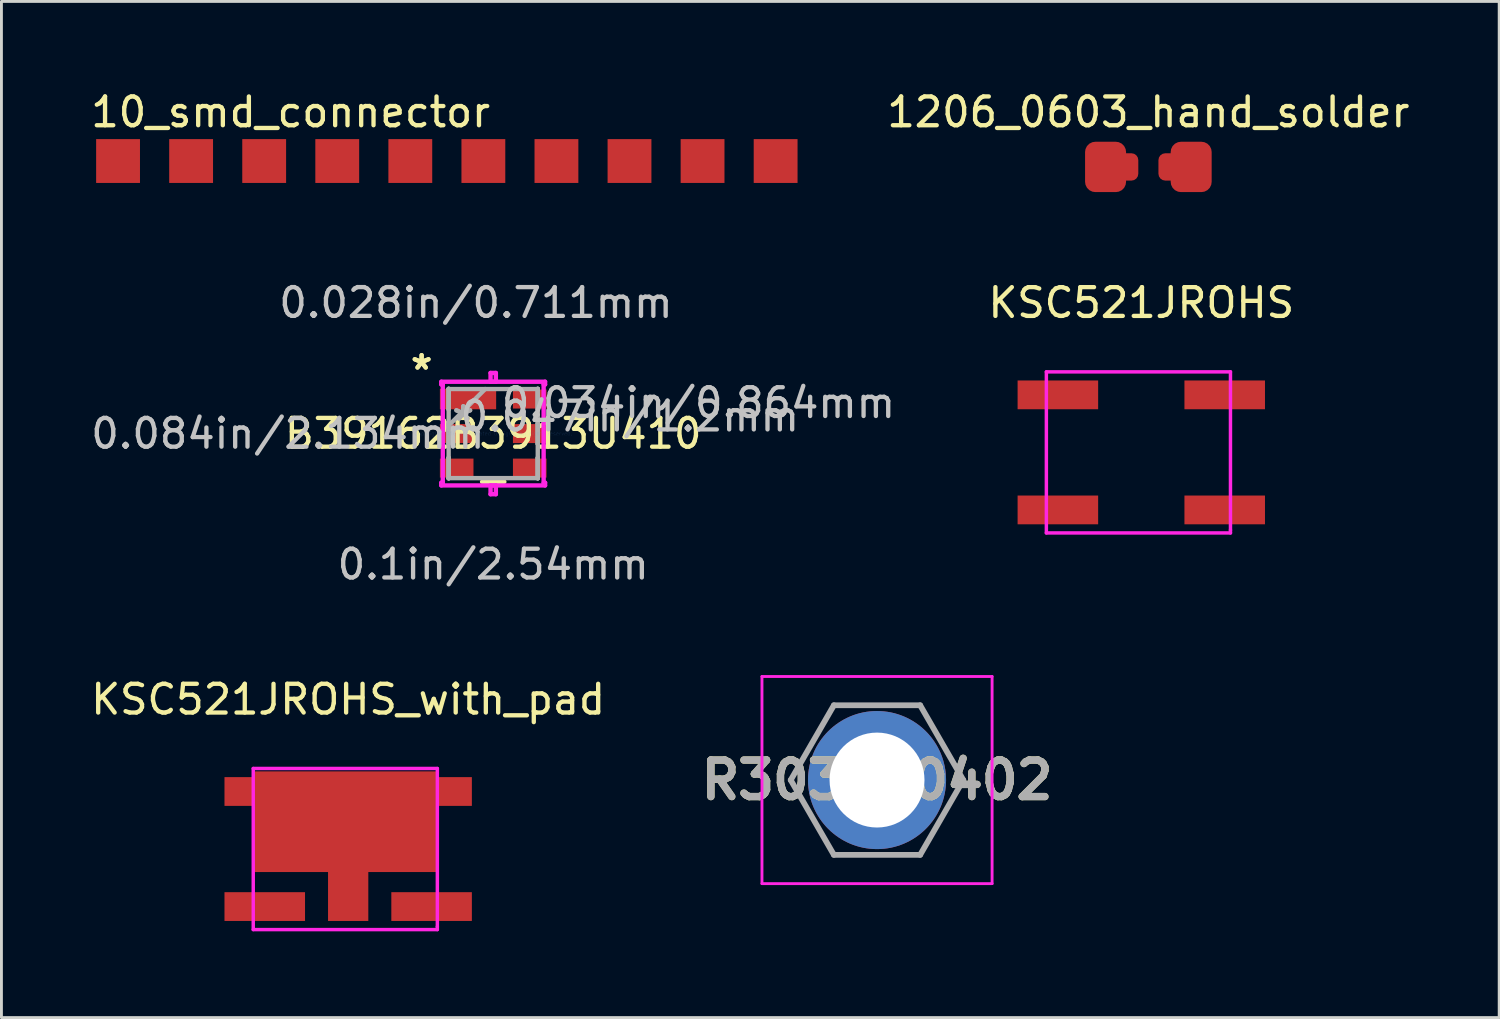
<source format=kicad_pcb>
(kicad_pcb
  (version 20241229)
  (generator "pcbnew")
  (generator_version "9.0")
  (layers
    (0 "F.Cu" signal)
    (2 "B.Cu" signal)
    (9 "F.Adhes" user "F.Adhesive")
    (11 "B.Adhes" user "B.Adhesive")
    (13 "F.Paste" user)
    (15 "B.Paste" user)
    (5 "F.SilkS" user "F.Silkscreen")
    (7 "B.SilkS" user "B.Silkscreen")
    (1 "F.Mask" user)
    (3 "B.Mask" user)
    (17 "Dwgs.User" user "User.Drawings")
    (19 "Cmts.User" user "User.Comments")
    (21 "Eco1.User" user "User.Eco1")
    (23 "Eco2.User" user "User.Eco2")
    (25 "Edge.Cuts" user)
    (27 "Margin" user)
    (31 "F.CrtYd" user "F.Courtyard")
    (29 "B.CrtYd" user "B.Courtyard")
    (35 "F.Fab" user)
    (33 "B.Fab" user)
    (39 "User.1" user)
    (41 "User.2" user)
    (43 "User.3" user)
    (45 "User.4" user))
  (footprint "B39162B3913U410"
    (layer "F.Cu")
    (at 14.096 12.023)
    (property "Reference" "B39162B3913U410" (at 0 0 0) (layer "F.SilkS") (effects (font (size 1 1) (thickness 0.15))))
    (attr through_hole)
    (fp_line (start -0.387 1.676) (end 0.387 1.676) (stroke (width 0.152) (type solid)) (layer "F.SilkS"))
    (fp_line (start -1.803 -1.803) (end 0.092 -1.803) (stroke (width 0.152) (type solid)) (layer "F.CrtYd"))
    (fp_line (start -1.803 -1.708) (end -1.803 -1.803) (stroke (width 0.152) (type solid)) (layer "F.CrtYd"))
    (fp_line (start -1.803 1.708) (end -1.753 1.708) (stroke (width 0.152) (type solid)) (layer "F.CrtYd"))
    (fp_line (start -1.803 1.803) (end -1.803 1.708) (stroke (width 0.152) (type solid)) (layer "F.CrtYd"))
    (fp_line (start -1.753 -1.708) (end -1.803 -1.708) (stroke (width 0.152) (type solid)) (layer "F.CrtYd"))
    (fp_line (start -1.753 1.708) (end -1.753 -1.708) (stroke (width 0.152) (type solid)) (layer "F.CrtYd"))
    (fp_line (start -0.092 -2.108) (end -0.092 -1.803) (stroke (width 0.152) (type solid)) (layer "F.CrtYd"))
    (fp_line (start -0.092 -1.803) (end 1.803 -1.803) (stroke (width 0.152) (type solid)) (layer "F.CrtYd"))
    (fp_line (start -0.092 1.803) (end -0.092 2.108) (stroke (width 0.152) (type solid)) (layer "F.CrtYd"))
    (fp_line (start -0.092 2.108) (end 0.092 2.108) (stroke (width 0.152) (type solid)) (layer "F.CrtYd"))
    (fp_line (start 0.092 -2.108) (end -0.092 -2.108) (stroke (width 0.152) (type solid)) (layer "F.CrtYd"))
    (fp_line (start 0.092 -1.803) (end 0.092 -2.108) (stroke (width 0.152) (type solid)) (layer "F.CrtYd"))
    (fp_line (start 0.092 1.803) (end -1.803 1.803) (stroke (width 0.152) (type solid)) (layer "F.CrtYd"))
    (fp_line (start 0.092 2.108) (end 0.092 1.803) (stroke (width 0.152) (type solid)) (layer "F.CrtYd"))
    (fp_line (start 1.753 -1.708) (end 1.753 1.708) (stroke (width 0.152) (type solid)) (layer "F.CrtYd"))
    (fp_line (start 1.753 1.708) (end 1.803 1.708) (stroke (width 0.152) (type solid)) (layer "F.CrtYd"))
    (fp_line (start 1.803 -1.803) (end 1.803 -1.708) (stroke (width 0.152) (type solid)) (layer "F.CrtYd"))
    (fp_line (start 1.803 -1.708) (end 1.753 -1.708) (stroke (width 0.152) (type solid)) (layer "F.CrtYd"))
    (fp_line (start 1.803 1.708) (end 1.803 1.803) (stroke (width 0.152) (type solid)) (layer "F.CrtYd"))
    (fp_line (start 1.803 1.803) (end -0.092 1.803) (stroke (width 0.152) (type solid)) (layer "F.CrtYd"))
    (fp_line (start -1.549 -1.556) (end -1.549 -1.556) (stroke (width 0.152) (type solid)) (layer "F.Fab"))
    (fp_line (start -1.549 -1.556) (end -1.549 -0.844) (stroke (width 0.152) (type solid)) (layer "F.Fab"))
    (fp_line (start -1.549 -1.549) (end -1.549 1.549) (stroke (width 0.152) (type solid)) (layer "F.Fab"))
    (fp_line (start -1.549 -0.844) (end -1.549 -1.556) (stroke (width 0.152) (type solid)) (layer "F.Fab"))
    (fp_line (start -1.549 -0.844) (end -1.549 -0.844) (stroke (width 0.152) (type solid)) (layer "F.Fab"))
    (fp_line (start -1.549 -0.356) (end -1.549 -0.356) (stroke (width 0.152) (type solid)) (layer "F.Fab"))
    (fp_line (start -1.549 -0.356) (end -1.549 0.356) (stroke (width 0.152) (type solid)) (layer "F.Fab"))
    (fp_line (start -1.549 -0.279) (end -0.279 -1.549) (stroke (width 0.152) (type solid)) (layer "F.Fab"))
    (fp_line (start -1.549 0.356) (end -1.549 -0.356) (stroke (width 0.152) (type solid)) (layer "F.Fab"))
    (fp_line (start -1.549 0.356) (end -1.549 0.356) (stroke (width 0.152) (type solid)) (layer "F.Fab"))
    (fp_line (start -1.549 0.844) (end -1.549 0.844) (stroke (width 0.152) (type solid)) (layer "F.Fab"))
    (fp_line (start -1.549 0.844) (end -1.549 1.556) (stroke (width 0.152) (type solid)) (layer "F.Fab"))
    (fp_line (start -1.549 1.549) (end 1.549 1.549) (stroke (width 0.152) (type solid)) (layer "F.Fab"))
    (fp_line (start -1.549 1.556) (end -1.549 0.844) (stroke (width 0.152) (type solid)) (layer "F.Fab"))
    (fp_line (start -1.549 1.556) (end -1.549 1.556) (stroke (width 0.152) (type solid)) (layer "F.Fab"))
    (fp_line (start 1.549 -1.556) (end 1.549 -1.556) (stroke (width 0.152) (type solid)) (layer "F.Fab"))
    (fp_line (start 1.549 -1.556) (end 1.549 -0.844) (stroke (width 0.152) (type solid)) (layer "F.Fab"))
    (fp_line (start 1.549 -1.549) (end -1.549 -1.549) (stroke (width 0.152) (type solid)) (layer "F.Fab"))
    (fp_line (start 1.549 -0.844) (end 1.549 -1.556) (stroke (width 0.152) (type solid)) (layer "F.Fab"))
    (fp_line (start 1.549 -0.844) (end 1.549 -0.844) (stroke (width 0.152) (type solid)) (layer "F.Fab"))
    (fp_line (start 1.549 -0.356) (end 1.549 -0.356) (stroke (width 0.152) (type solid)) (layer "F.Fab"))
    (fp_line (start 1.549 -0.356) (end 1.549 0.356) (stroke (width 0.152) (type solid)) (layer "F.Fab"))
    (fp_line (start 1.549 0.356) (end 1.549 -0.356) (stroke (width 0.152) (type solid)) (layer "F.Fab"))
    (fp_line (start 1.549 0.356) (end 1.549 0.356) (stroke (width 0.152) (type solid)) (layer "F.Fab"))
    (fp_line (start 1.549 0.844) (end 1.549 0.844) (stroke (width 0.152) (type solid)) (layer "F.Fab"))
    (fp_line (start 1.549 0.844) (end 1.549 1.556) (stroke (width 0.152) (type solid)) (layer "F.Fab"))
    (fp_line (start 1.549 1.549) (end 1.549 -1.549) (stroke (width 0.152) (type solid)) (layer "F.Fab"))
    (fp_line (start 1.549 1.556) (end 1.549 0.844) (stroke (width 0.152) (type solid)) (layer "F.Fab"))
    (fp_line (start 1.549 1.556) (end 1.549 1.556) (stroke (width 0.152) (type solid)) (layer "F.Fab"))
    (fp_text user "*" (at -2.489 -2.181 0) (layer "F.SilkS") (effects (font (size 1 1) (thickness 0.15))))
    (fp_text user "*" (at -2.489 -2.181 0) (layer "F.SilkS") (effects (font (size 1 1) (thickness 0.15))))
    (fp_text user "0.084in/2.134mm" (at -7.137 0 0) (layer "Dwgs.User") (effects (font (size 1 1) (thickness 0.15))))
    (fp_text user "0.1in/2.54mm" (at 0 4.547 0) (layer "Dwgs.User") (effects (font (size 1 1) (thickness 0.15))))
    (fp_text user "0.028in/0.711mm" (at -0.6 -4.547 0) (layer "Dwgs.User") (effects (font (size 1 1) (thickness 0.15))))
    (fp_text user "0.047in/1.2mm" (at 4.75 -0.6 0) (layer "Dwgs.User") (effects (font (size 1 1) (thickness 0.15))))
    (fp_text user "0.034in/0.864mm" (at 7.137 -1.067 0) (layer "Dwgs.User") (effects (font (size 1 1) (thickness 0.15))))
    (fp_text user "Copyright 2016 Accelerated Designs. All rights reserved." (at 0 0 0) (layer "Cmts.User") (effects (font (size 0.127 0.127) (thickness 0.002))))
    (fp_text user "*" (at -1.041 -0.406 0) (layer "F.Fab") (effects (font (size 1 1) (thickness 0.15))))
    (fp_text user "*" (at -1.041 -0.406 0) (layer "F.Fab") (effects (font (size 1 1) (thickness 0.15))))
    (pad "1" smd rect (at -0.876 -1.2 90) (size 0.711 1.956) (layers "F.Cu" "F.Mask" "F.Paste"))
    (pad "2" smd rect (at -1.27 0 90) (size 0.66 1.168) (layers "F.Cu" "F.Mask" "F.Paste"))
    (pad "3" smd rect (at -1.27 1.2 90) (size 0.66 1.168) (layers "F.Cu" "F.Mask" "F.Paste"))
    (pad "4" smd rect (at 1.27 1.2 90) (size 0.66 1.168) (layers "F.Cu" "F.Mask" "F.Paste"))
    (pad "5" smd rect (at 1.27 0 90) (size 0.66 1.168) (layers "F.Cu" "F.Mask" "F.Paste"))
    (pad "6" smd rect (at 1.27 -1.2 90) (size 0.66 1.168) (layers "F.Cu" "F.Mask" "F.Paste")))
  (footprint "1206_0603_hand_solder"
    (layer "F.Cu")
    (at 36.872 2.753)
    (property "Reference" "1206_0603_hand_solder" (at 0 -1.905 0) (layer "F.SilkS") (effects (font (size 1 1) (thickness 0.15))))
    (attr through_hole)
    (pad "1" smd roundrect (at -1.488 0) (size 1.425 1.75) (layers "F.Cu" "F.Mask" "F.Paste") (roundrect_rratio 0.25))
    (pad "1" smd roundrect (at -0.875 0) (size 1.05 0.95) (layers "F.Cu" "F.Mask" "F.Paste") (roundrect_rratio 0.25))
    (pad "2" smd roundrect (at 0.875 0 180) (size 1.05 0.95) (layers "F.Cu" "F.Mask" "F.Paste") (roundrect_rratio 0.25))
    (pad "2" smd roundrect (at 1.488 0 180) (size 1.425 1.75) (layers "F.Cu" "F.Mask" "F.Paste") (roundrect_rratio 0.25)))
  (footprint "10_smd_connector"
    (layer "F.Cu")
    (at 7.054 0.348)
    (property "Reference" "10_smd_connector" (at 0 0.5 0) (layer "F.SilkS") (effects (font (size 1 1) (thickness 0.15))))
    (attr through_hole)
    (pad "1" smd rect (at -6 2.2) (size 1.524 1.524) (layers "F.Cu" "F.Mask" "F.Paste"))
    (pad "2" smd rect (at -3.46 2.2) (size 1.524 1.524) (layers "F.Cu" "F.Mask" "F.Paste"))
    (pad "3" smd rect (at -0.92 2.2) (size 1.524 1.524) (layers "F.Cu" "F.Mask" "F.Paste"))
    (pad "4" smd rect (at 1.62 2.2) (size 1.524 1.524) (layers "F.Cu" "F.Mask" "F.Paste"))
    (pad "5" smd rect (at 4.16 2.2) (size 1.524 1.524) (layers "F.Cu" "F.Mask" "F.Paste"))
    (pad "6" smd rect (at 6.7 2.2) (size 1.524 1.524) (layers "F.Cu" "F.Mask" "F.Paste"))
    (pad "7" smd rect (at 9.24 2.2) (size 1.524 1.524) (layers "F.Cu" "F.Mask" "F.Paste"))
    (pad "8" smd rect (at 11.78 2.2) (size 1.524 1.524) (layers "F.Cu" "F.Mask" "F.Paste"))
    (pad "9" smd rect (at 14.32 2.2) (size 1.524 1.524) (layers "F.Cu" "F.Mask" "F.Paste"))
    (pad "10" smd rect (at 16.86 2.2) (size 1.524 1.524) (layers "F.Cu" "F.Mask" "F.Paste")))
  (footprint "KSC521JROHS_with_pad"
    (layer "F.Cu")
    (at 6.154 24.466)
    (property "Reference" "KSC521JROHS_with_pad" (at 2.9 -3.2 0) (layer "F.SilkS") (effects (font (size 1 1) (thickness 0.15))))
    (attr through_hole)
    (fp_line (start -0.4 -0.8) (end 6 -0.8) (stroke (width 0.12) (type solid)) (layer "F.CrtYd"))
    (fp_line (start -0.4 4.8) (end -0.4 -0.8) (stroke (width 0.12) (type solid)) (layer "F.CrtYd"))
    (fp_line (start 6 -0.8) (end 6 4.7) (stroke (width 0.12) (type solid)) (layer "F.CrtYd"))
    (fp_line (start 6 4.7) (end 6 4.8) (stroke (width 0.12) (type solid)) (layer "F.CrtYd"))
    (fp_line (start 6 4.8) (end -0.4 4.8) (stroke (width 0.12) (type solid)) (layer "F.CrtYd"))
    (pad "1" smd rect (at 0 0) (size 2.8 1) (layers "F.Cu" "F.Mask" "F.Paste"))
    (pad "1" smd custom (at 3 2) (size 1.524 1.524) (layers "F.Cu" "F.Mask" "F.Paste") (options (anchor rect)) (primitives (gr_poly (pts (xy -3 -2.7) (xy 3 -2.7) (xy 3 0.8) (xy 0.6 0.8) (xy 0.6 2.5) (xy -0.8 2.5) (xy -0.8 0.8) (xy -3.4 0.8) (xy -3.4 -2.7)) (width 0) (fill yes))))
    (pad "1" smd rect (at 5.8 0) (size 2.8 1) (layers "F.Cu" "F.Mask" "F.Paste"))
    (pad "2" smd rect (at 0 4) (size 2.8 1) (layers "F.Cu" "F.Mask" "F.Paste"))
    (pad "2" smd rect (at 5.8 4) (size 2.8 1) (layers "F.Cu" "F.Mask" "F.Paste")))
  (footprint "R303000402"
    (layer "F.Cu")
    (at 27.439 24.068)
    (property "Reference" "R303000402" (at 0 0 0) (layer "F.SilkS") (effects (font (size 1.27 1.27) (thickness 0.254))))
    (attr through_hole)
    (fp_line (start -3 0) (end -1.5 -2.6) (stroke (width 0.1) (type solid)) (layer "F.SilkS"))
    (fp_line (start -1.5 -2.6) (end 1.5 -2.6) (stroke (width 0.1) (type solid)) (layer "F.SilkS"))
    (fp_line (start -1.5 2.6) (end -3 0) (stroke (width 0.1) (type solid)) (layer "F.SilkS"))
    (fp_line (start 1.5 -2.6) (end 3 0) (stroke (width 0.1) (type solid)) (layer "F.SilkS"))
    (fp_line (start 1.5 2.6) (end -1.5 2.6) (stroke (width 0.1) (type solid)) (layer "F.SilkS"))
    (fp_line (start 3 0) (end 1.5 2.6) (stroke (width 0.1) (type solid)) (layer "F.SilkS"))
    (fp_line (start -4 -3.6) (end 4 -3.6) (stroke (width 0.1) (type solid)) (layer "F.CrtYd"))
    (fp_line (start -4 3.6) (end -4 -3.6) (stroke (width 0.1) (type solid)) (layer "F.CrtYd"))
    (fp_line (start 4 -3.6) (end 4 3.6) (stroke (width 0.1) (type solid)) (layer "F.CrtYd"))
    (fp_line (start 4 3.6) (end -4 3.6) (stroke (width 0.1) (type solid)) (layer "F.CrtYd"))
    (fp_line (start -3 0) (end -1.5 2.6) (stroke (width 0.2) (type solid)) (layer "F.Fab"))
    (fp_line (start -1.5 -2.6) (end -3 0) (stroke (width 0.2) (type solid)) (layer "F.Fab"))
    (fp_line (start -1.5 2.6) (end 1.5 2.6) (stroke (width 0.2) (type solid)) (layer "F.Fab"))
    (fp_line (start 1.5 -2.6) (end -1.5 -2.6) (stroke (width 0.2) (type solid)) (layer "F.Fab"))
    (fp_line (start 1.5 2.6) (end 3 0) (stroke (width 0.2) (type solid)) (layer "F.Fab"))
    (fp_line (start 3 0) (end 1.5 -2.6) (stroke (width 0.2) (type solid)) (layer "F.Fab"))
    (fp_text user "${REFERENCE}" (at 0 0 0) (layer "F.Fab") (effects (font (size 1.27 1.27) (thickness 0.254))))
    (pad "1" thru_hole circle (at 0 0) (size 4.8 4.8) (drill 3.3) (layers "*.Cu" "*.Mask")))
  (footprint "KSC521JROHS"
    (layer "F.Cu")
    (at 33.726 10.677)
    (property "Reference" "KSC521JROHS" (at 2.9 -3.2 0) (layer "F.SilkS") (effects (font (size 1 1) (thickness 0.15))))
    (attr through_hole)
    (fp_line (start -0.4 -0.8) (end 6 -0.8) (stroke (width 0.12) (type solid)) (layer "F.CrtYd"))
    (fp_line (start -0.4 4.8) (end -0.4 -0.8) (stroke (width 0.12) (type solid)) (layer "F.CrtYd"))
    (fp_line (start 6 -0.8) (end 6 4.7) (stroke (width 0.12) (type solid)) (layer "F.CrtYd"))
    (fp_line (start 6 4.7) (end 6 4.8) (stroke (width 0.12) (type solid)) (layer "F.CrtYd"))
    (fp_line (start 6 4.8) (end -0.4 4.8) (stroke (width 0.12) (type solid)) (layer "F.CrtYd"))
    (pad "1" smd rect (at 0 0) (size 2.8 1) (layers "F.Cu" "F.Mask" "F.Paste"))
    (pad "1" smd rect (at 5.8 0) (size 2.8 1) (layers "F.Cu" "F.Mask" "F.Paste"))
    (pad "2" smd rect (at 0 4) (size 2.8 1) (layers "F.Cu" "F.Mask" "F.Paste"))
    (pad "2" smd rect (at 5.8 4) (size 2.8 1) (layers "F.Cu" "F.Mask" "F.Paste")))
  (gr_rect
    (start -3 -3)
    (end 49.068 32.326)
    (stroke (width 0.1) (type default))
    (fill no)
    (layer "Edge.Cuts")))
</source>
